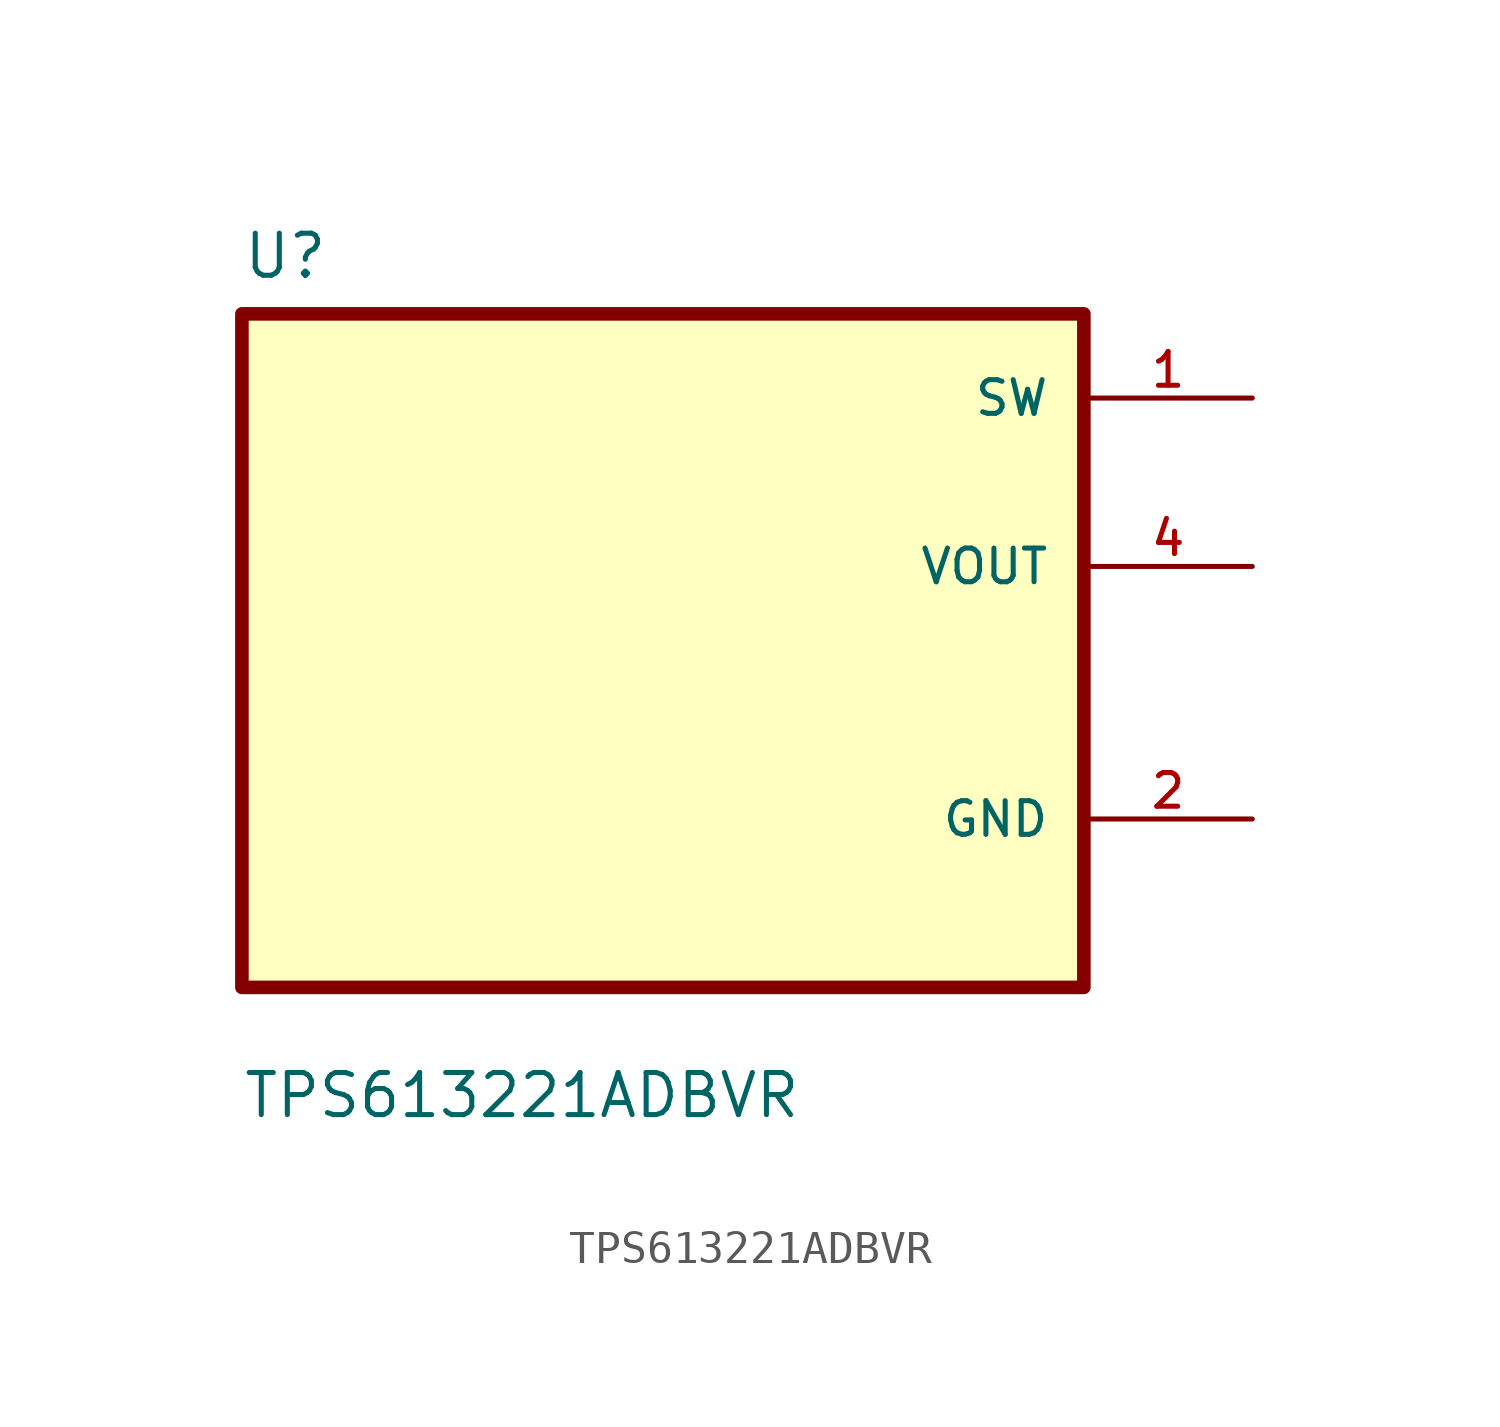
<source format=kicad_sym>
(kicad_symbol_lib
  (version 20211014)
  (generator kicad_symbol_editor)
  (symbol "TPS613221ADBVR"
    (pin_names
      (offset 1.016))
    (property "Reference" "U"
      (at -12.7 11.16 0.0)
      (effects (font (size 1.27 1.27)) (justify bottom left)))
    (property "Value" "TPS613221ADBVR"
      (at -12.7 -14.16 0.0)
      (effects (font (size 1.27 1.27)) (justify bottom left)))
    (symbol "TPS613221ADBVR_0_0"
      (rectangle (start -12.7 -10.16) (end 12.7 10.16) (stroke (width 0.41)) (fill (type background)))
      (pin power_in line (at 17.78 7.62 180.0) (length 5.08) (name "SW" (effects (font (size 1.016 1.016)))) (number "1" (effects (font (size 1.016 1.016)))))
      (pin output line (at 17.78 2.54 180.0) (length 5.08) (name "VOUT" (effects (font (size 1.016 1.016)))) (number "4" (effects (font (size 1.016 1.016)))))
      (pin power_in line (at 17.78 -5.08 180.0) (length 5.08) (name "GND" (effects (font (size 1.016 1.016)))) (number "2" (effects (font (size 1.016 1.016))))))))
</source>
